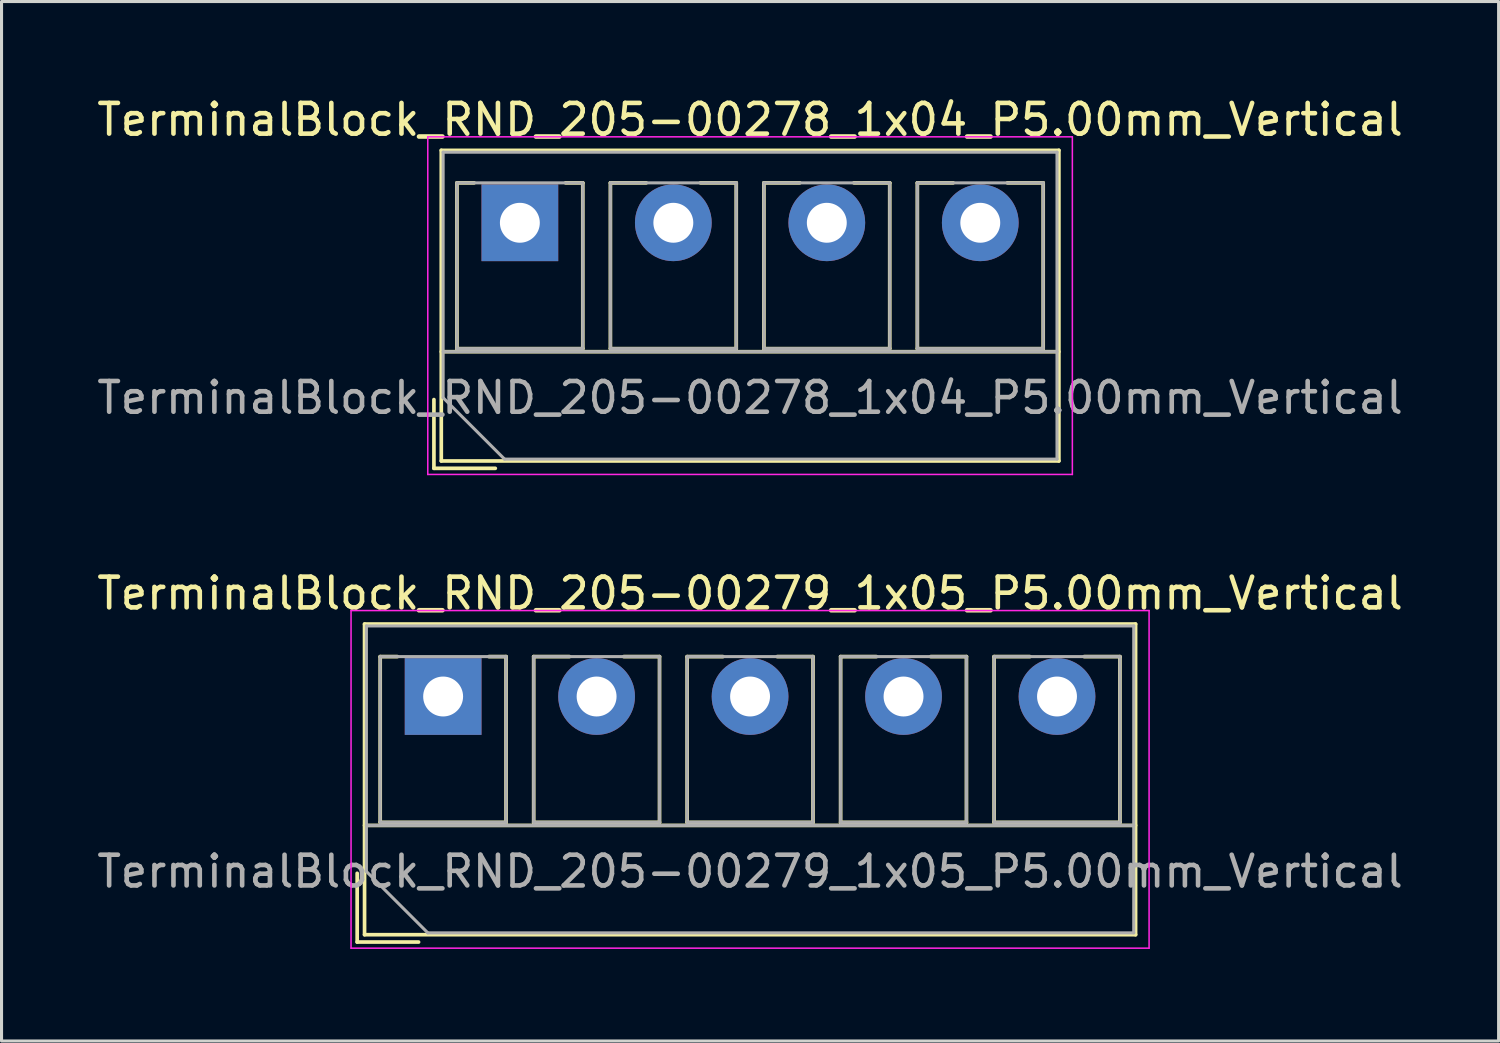
<source format=kicad_pcb>
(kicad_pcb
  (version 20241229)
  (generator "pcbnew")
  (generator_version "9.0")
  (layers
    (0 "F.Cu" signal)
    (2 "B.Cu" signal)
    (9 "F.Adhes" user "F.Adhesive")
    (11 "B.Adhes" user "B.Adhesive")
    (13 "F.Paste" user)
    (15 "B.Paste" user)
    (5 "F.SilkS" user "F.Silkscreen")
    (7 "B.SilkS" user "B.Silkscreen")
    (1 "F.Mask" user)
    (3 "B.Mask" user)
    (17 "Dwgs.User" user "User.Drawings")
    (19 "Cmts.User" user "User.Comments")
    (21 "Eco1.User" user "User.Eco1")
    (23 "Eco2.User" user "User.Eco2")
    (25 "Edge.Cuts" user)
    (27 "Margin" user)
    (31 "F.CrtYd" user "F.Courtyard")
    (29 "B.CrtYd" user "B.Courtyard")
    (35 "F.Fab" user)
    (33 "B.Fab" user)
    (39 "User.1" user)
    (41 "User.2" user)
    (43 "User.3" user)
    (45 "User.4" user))
  (footprint "TerminalBlock_RND_205-00278_1x04_P5.00mm_Vertical"
    (layer "F.Cu")
    (at 13.887 4.208)
    (property "Reference" "TerminalBlock_RND_205-00278_1x04_P5.00mm_Vertical" (at 7.5 -3.36 0) (layer "F.SilkS") (effects (font (size 1 1) (thickness 0.15))))
    (attr through_hole)
    (fp_line (start -2.8 5.76) (end -2.8 8) (stroke (width 0.12) (type solid)) (layer "F.SilkS"))
    (fp_line (start -2.8 8) (end -0.8 8) (stroke (width 0.12) (type solid)) (layer "F.SilkS"))
    (fp_line (start -2.56 -2.36) (end -2.56 7.76) (stroke (width 0.12) (type solid)) (layer "F.SilkS"))
    (fp_line (start -2.56 -2.36) (end 17.561 -2.36) (stroke (width 0.12) (type solid)) (layer "F.SilkS"))
    (fp_line (start -2.56 4.2) (end 17.561 4.2) (stroke (width 0.12) (type solid)) (layer "F.SilkS"))
    (fp_line (start -2.56 7.76) (end 17.561 7.76) (stroke (width 0.12) (type solid)) (layer "F.SilkS"))
    (fp_line (start -2.05 -1.3) (end -2.05 4.1) (stroke (width 0.12) (type solid)) (layer "F.SilkS"))
    (fp_line (start -2.05 -1.3) (end -1.49 -1.3) (stroke (width 0.12) (type solid)) (layer "F.SilkS"))
    (fp_line (start -2.05 4.1) (end 2.05 4.1) (stroke (width 0.12) (type solid)) (layer "F.SilkS"))
    (fp_line (start 1.49 -1.3) (end 2.05 -1.3) (stroke (width 0.12) (type solid)) (layer "F.SilkS"))
    (fp_line (start 2.05 -1.3) (end 2.05 4.1) (stroke (width 0.12) (type solid)) (layer "F.SilkS"))
    (fp_line (start 2.95 -1.3) (end 2.95 4.1) (stroke (width 0.12) (type solid)) (layer "F.SilkS"))
    (fp_line (start 2.95 -1.3) (end 4.117 -1.3) (stroke (width 0.12) (type solid)) (layer "F.SilkS"))
    (fp_line (start 2.95 4.1) (end 7.05 4.1) (stroke (width 0.12) (type solid)) (layer "F.SilkS"))
    (fp_line (start 5.884 -1.3) (end 7.05 -1.3) (stroke (width 0.12) (type solid)) (layer "F.SilkS"))
    (fp_line (start 7.05 -1.3) (end 7.05 4.1) (stroke (width 0.12) (type solid)) (layer "F.SilkS"))
    (fp_line (start 7.95 -1.3) (end 7.95 4.1) (stroke (width 0.12) (type solid)) (layer "F.SilkS"))
    (fp_line (start 7.95 -1.3) (end 9.117 -1.3) (stroke (width 0.12) (type solid)) (layer "F.SilkS"))
    (fp_line (start 7.95 4.1) (end 12.05 4.1) (stroke (width 0.12) (type solid)) (layer "F.SilkS"))
    (fp_line (start 10.884 -1.3) (end 12.05 -1.3) (stroke (width 0.12) (type solid)) (layer "F.SilkS"))
    (fp_line (start 12.05 -1.3) (end 12.05 4.1) (stroke (width 0.12) (type solid)) (layer "F.SilkS"))
    (fp_line (start 12.95 -1.3) (end 12.95 4.1) (stroke (width 0.12) (type solid)) (layer "F.SilkS"))
    (fp_line (start 12.95 -1.3) (end 14.117 -1.3) (stroke (width 0.12) (type solid)) (layer "F.SilkS"))
    (fp_line (start 12.95 4.1) (end 17.05 4.1) (stroke (width 0.12) (type solid)) (layer "F.SilkS"))
    (fp_line (start 15.884 -1.3) (end 17.05 -1.3) (stroke (width 0.12) (type solid)) (layer "F.SilkS"))
    (fp_line (start 17.05 -1.3) (end 17.05 4.1) (stroke (width 0.12) (type solid)) (layer "F.SilkS"))
    (fp_line (start 17.561 -2.36) (end 17.561 7.76) (stroke (width 0.12) (type solid)) (layer "F.SilkS"))
    (fp_line (start -3 -2.8) (end -3 8.2) (stroke (width 0.05) (type solid)) (layer "F.CrtYd"))
    (fp_line (start -3 8.2) (end 18 8.2) (stroke (width 0.05) (type solid)) (layer "F.CrtYd"))
    (fp_line (start 18 -2.8) (end -3 -2.8) (stroke (width 0.05) (type solid)) (layer "F.CrtYd"))
    (fp_line (start 18 8.2) (end 18 -2.8) (stroke (width 0.05) (type solid)) (layer "F.CrtYd"))
    (fp_line (start -2.5 -2.3) (end 17.5 -2.3) (stroke (width 0.1) (type solid)) (layer "F.Fab"))
    (fp_line (start -2.5 4.2) (end 17.5 4.2) (stroke (width 0.1) (type solid)) (layer "F.Fab"))
    (fp_line (start -2.5 5.7) (end -2.5 -2.3) (stroke (width 0.1) (type solid)) (layer "F.Fab"))
    (fp_line (start -2.05 -1.3) (end -2.05 4.1) (stroke (width 0.1) (type solid)) (layer "F.Fab"))
    (fp_line (start -2.05 4.1) (end 2.05 4.1) (stroke (width 0.1) (type solid)) (layer "F.Fab"))
    (fp_line (start -0.5 7.7) (end -2.5 5.7) (stroke (width 0.1) (type solid)) (layer "F.Fab"))
    (fp_line (start 2.05 -1.3) (end -2.05 -1.3) (stroke (width 0.1) (type solid)) (layer "F.Fab"))
    (fp_line (start 2.05 4.1) (end 2.05 -1.3) (stroke (width 0.1) (type solid)) (layer "F.Fab"))
    (fp_line (start 2.95 -1.3) (end 2.95 4.1) (stroke (width 0.1) (type solid)) (layer "F.Fab"))
    (fp_line (start 2.95 4.1) (end 7.05 4.1) (stroke (width 0.1) (type solid)) (layer "F.Fab"))
    (fp_line (start 7.05 -1.3) (end 2.95 -1.3) (stroke (width 0.1) (type solid)) (layer "F.Fab"))
    (fp_line (start 7.05 4.1) (end 7.05 -1.3) (stroke (width 0.1) (type solid)) (layer "F.Fab"))
    (fp_line (start 7.95 -1.3) (end 7.95 4.1) (stroke (width 0.1) (type solid)) (layer "F.Fab"))
    (fp_line (start 7.95 4.1) (end 12.05 4.1) (stroke (width 0.1) (type solid)) (layer "F.Fab"))
    (fp_line (start 12.05 -1.3) (end 7.95 -1.3) (stroke (width 0.1) (type solid)) (layer "F.Fab"))
    (fp_line (start 12.05 4.1) (end 12.05 -1.3) (stroke (width 0.1) (type solid)) (layer "F.Fab"))
    (fp_line (start 12.95 -1.3) (end 12.95 4.1) (stroke (width 0.1) (type solid)) (layer "F.Fab"))
    (fp_line (start 12.95 4.1) (end 17.05 4.1) (stroke (width 0.1) (type solid)) (layer "F.Fab"))
    (fp_line (start 17.05 -1.3) (end 12.95 -1.3) (stroke (width 0.1) (type solid)) (layer "F.Fab"))
    (fp_line (start 17.05 4.1) (end 17.05 -1.3) (stroke (width 0.1) (type solid)) (layer "F.Fab"))
    (fp_line (start 17.5 -2.3) (end 17.5 7.7) (stroke (width 0.1) (type solid)) (layer "F.Fab"))
    (fp_line (start 17.5 7.7) (end -0.5 7.7) (stroke (width 0.1) (type solid)) (layer "F.Fab"))
    (fp_text user "${REFERENCE}" (at 7.5 5.7 0) (layer "F.Fab") (effects (font (size 1 1) (thickness 0.15))))
    (pad "1" thru_hole rect (at 0 0) (size 2.5 2.5) (drill 1.3) (layers "*.Cu" "*.Mask"))
    (pad "2" thru_hole circle (at 5 0) (size 2.5 2.5) (drill 1.3) (layers "*.Cu" "*.Mask"))
    (pad "3" thru_hole circle (at 10 0) (size 2.5 2.5) (drill 1.3) (layers "*.Cu" "*.Mask"))
    (pad "4" thru_hole circle (at 15 0) (size 2.5 2.5) (drill 1.3) (layers "*.Cu" "*.Mask")))
  (footprint "TerminalBlock_RND_205-00279_1x05_P5.00mm_Vertical"
    (layer "F.Cu")
    (at 11.387 19.642)
    (property "Reference" "TerminalBlock_RND_205-00279_1x05_P5.00mm_Vertical" (at 10 -3.36 0) (layer "F.SilkS") (effects (font (size 1 1) (thickness 0.15))))
    (attr through_hole)
    (fp_line (start -2.8 5.76) (end -2.8 8) (stroke (width 0.12) (type solid)) (layer "F.SilkS"))
    (fp_line (start -2.8 8) (end -0.8 8) (stroke (width 0.12) (type solid)) (layer "F.SilkS"))
    (fp_line (start -2.56 -2.36) (end -2.56 7.76) (stroke (width 0.12) (type solid)) (layer "F.SilkS"))
    (fp_line (start -2.56 -2.36) (end 22.56 -2.36) (stroke (width 0.12) (type solid)) (layer "F.SilkS"))
    (fp_line (start -2.56 4.2) (end 22.56 4.2) (stroke (width 0.12) (type solid)) (layer "F.SilkS"))
    (fp_line (start -2.56 7.76) (end 22.56 7.76) (stroke (width 0.12) (type solid)) (layer "F.SilkS"))
    (fp_line (start -2.05 -1.3) (end -2.05 4.1) (stroke (width 0.12) (type solid)) (layer "F.SilkS"))
    (fp_line (start -2.05 -1.3) (end -1.49 -1.3) (stroke (width 0.12) (type solid)) (layer "F.SilkS"))
    (fp_line (start -2.05 4.1) (end 2.05 4.1) (stroke (width 0.12) (type solid)) (layer "F.SilkS"))
    (fp_line (start 1.49 -1.3) (end 2.05 -1.3) (stroke (width 0.12) (type solid)) (layer "F.SilkS"))
    (fp_line (start 2.05 -1.3) (end 2.05 4.1) (stroke (width 0.12) (type solid)) (layer "F.SilkS"))
    (fp_line (start 2.95 -1.3) (end 2.95 4.1) (stroke (width 0.12) (type solid)) (layer "F.SilkS"))
    (fp_line (start 2.95 -1.3) (end 4.117 -1.3) (stroke (width 0.12) (type solid)) (layer "F.SilkS"))
    (fp_line (start 2.95 4.1) (end 7.05 4.1) (stroke (width 0.12) (type solid)) (layer "F.SilkS"))
    (fp_line (start 5.884 -1.3) (end 7.05 -1.3) (stroke (width 0.12) (type solid)) (layer "F.SilkS"))
    (fp_line (start 7.05 -1.3) (end 7.05 4.1) (stroke (width 0.12) (type solid)) (layer "F.SilkS"))
    (fp_line (start 7.95 -1.3) (end 7.95 4.1) (stroke (width 0.12) (type solid)) (layer "F.SilkS"))
    (fp_line (start 7.95 -1.3) (end 9.117 -1.3) (stroke (width 0.12) (type solid)) (layer "F.SilkS"))
    (fp_line (start 7.95 4.1) (end 12.05 4.1) (stroke (width 0.12) (type solid)) (layer "F.SilkS"))
    (fp_line (start 10.884 -1.3) (end 12.05 -1.3) (stroke (width 0.12) (type solid)) (layer "F.SilkS"))
    (fp_line (start 12.05 -1.3) (end 12.05 4.1) (stroke (width 0.12) (type solid)) (layer "F.SilkS"))
    (fp_line (start 12.95 -1.3) (end 12.95 4.1) (stroke (width 0.12) (type solid)) (layer "F.SilkS"))
    (fp_line (start 12.95 -1.3) (end 14.117 -1.3) (stroke (width 0.12) (type solid)) (layer "F.SilkS"))
    (fp_line (start 12.95 4.1) (end 17.05 4.1) (stroke (width 0.12) (type solid)) (layer "F.SilkS"))
    (fp_line (start 15.884 -1.3) (end 17.05 -1.3) (stroke (width 0.12) (type solid)) (layer "F.SilkS"))
    (fp_line (start 17.05 -1.3) (end 17.05 4.1) (stroke (width 0.12) (type solid)) (layer "F.SilkS"))
    (fp_line (start 17.95 -1.3) (end 17.95 4.1) (stroke (width 0.12) (type solid)) (layer "F.SilkS"))
    (fp_line (start 17.95 -1.3) (end 19.117 -1.3) (stroke (width 0.12) (type solid)) (layer "F.SilkS"))
    (fp_line (start 17.95 4.1) (end 22.05 4.1) (stroke (width 0.12) (type solid)) (layer "F.SilkS"))
    (fp_line (start 20.884 -1.3) (end 22.05 -1.3) (stroke (width 0.12) (type solid)) (layer "F.SilkS"))
    (fp_line (start 22.05 -1.3) (end 22.05 4.1) (stroke (width 0.12) (type solid)) (layer "F.SilkS"))
    (fp_line (start 22.56 -2.36) (end 22.56 7.76) (stroke (width 0.12) (type solid)) (layer "F.SilkS"))
    (fp_line (start -3 -2.8) (end -3 8.2) (stroke (width 0.05) (type solid)) (layer "F.CrtYd"))
    (fp_line (start -3 8.2) (end 23 8.2) (stroke (width 0.05) (type solid)) (layer "F.CrtYd"))
    (fp_line (start 23 -2.8) (end -3 -2.8) (stroke (width 0.05) (type solid)) (layer "F.CrtYd"))
    (fp_line (start 23 8.2) (end 23 -2.8) (stroke (width 0.05) (type solid)) (layer "F.CrtYd"))
    (fp_line (start -2.5 -2.3) (end 22.5 -2.3) (stroke (width 0.1) (type solid)) (layer "F.Fab"))
    (fp_line (start -2.5 4.2) (end 22.5 4.2) (stroke (width 0.1) (type solid)) (layer "F.Fab"))
    (fp_line (start -2.5 5.7) (end -2.5 -2.3) (stroke (width 0.1) (type solid)) (layer "F.Fab"))
    (fp_line (start -2.05 -1.3) (end -2.05 4.1) (stroke (width 0.1) (type solid)) (layer "F.Fab"))
    (fp_line (start -2.05 4.1) (end 2.05 4.1) (stroke (width 0.1) (type solid)) (layer "F.Fab"))
    (fp_line (start -0.5 7.7) (end -2.5 5.7) (stroke (width 0.1) (type solid)) (layer "F.Fab"))
    (fp_line (start 2.05 -1.3) (end -2.05 -1.3) (stroke (width 0.1) (type solid)) (layer "F.Fab"))
    (fp_line (start 2.05 4.1) (end 2.05 -1.3) (stroke (width 0.1) (type solid)) (layer "F.Fab"))
    (fp_line (start 2.95 -1.3) (end 2.95 4.1) (stroke (width 0.1) (type solid)) (layer "F.Fab"))
    (fp_line (start 2.95 4.1) (end 7.05 4.1) (stroke (width 0.1) (type solid)) (layer "F.Fab"))
    (fp_line (start 7.05 -1.3) (end 2.95 -1.3) (stroke (width 0.1) (type solid)) (layer "F.Fab"))
    (fp_line (start 7.05 4.1) (end 7.05 -1.3) (stroke (width 0.1) (type solid)) (layer "F.Fab"))
    (fp_line (start 7.95 -1.3) (end 7.95 4.1) (stroke (width 0.1) (type solid)) (layer "F.Fab"))
    (fp_line (start 7.95 4.1) (end 12.05 4.1) (stroke (width 0.1) (type solid)) (layer "F.Fab"))
    (fp_line (start 12.05 -1.3) (end 7.95 -1.3) (stroke (width 0.1) (type solid)) (layer "F.Fab"))
    (fp_line (start 12.05 4.1) (end 12.05 -1.3) (stroke (width 0.1) (type solid)) (layer "F.Fab"))
    (fp_line (start 12.95 -1.3) (end 12.95 4.1) (stroke (width 0.1) (type solid)) (layer "F.Fab"))
    (fp_line (start 12.95 4.1) (end 17.05 4.1) (stroke (width 0.1) (type solid)) (layer "F.Fab"))
    (fp_line (start 17.05 -1.3) (end 12.95 -1.3) (stroke (width 0.1) (type solid)) (layer "F.Fab"))
    (fp_line (start 17.05 4.1) (end 17.05 -1.3) (stroke (width 0.1) (type solid)) (layer "F.Fab"))
    (fp_line (start 17.95 -1.3) (end 17.95 4.1) (stroke (width 0.1) (type solid)) (layer "F.Fab"))
    (fp_line (start 17.95 4.1) (end 22.05 4.1) (stroke (width 0.1) (type solid)) (layer "F.Fab"))
    (fp_line (start 22.05 -1.3) (end 17.95 -1.3) (stroke (width 0.1) (type solid)) (layer "F.Fab"))
    (fp_line (start 22.05 4.1) (end 22.05 -1.3) (stroke (width 0.1) (type solid)) (layer "F.Fab"))
    (fp_line (start 22.5 -2.3) (end 22.5 7.7) (stroke (width 0.1) (type solid)) (layer "F.Fab"))
    (fp_line (start 22.5 7.7) (end -0.5 7.7) (stroke (width 0.1) (type solid)) (layer "F.Fab"))
    (fp_text user "${REFERENCE}" (at 10 5.7 0) (layer "F.Fab") (effects (font (size 1 1) (thickness 0.15))))
    (pad "1" thru_hole rect (at 0 0) (size 2.5 2.5) (drill 1.3) (layers "*.Cu" "*.Mask"))
    (pad "2" thru_hole circle (at 5 0) (size 2.5 2.5) (drill 1.3) (layers "*.Cu" "*.Mask"))
    (pad "3" thru_hole circle (at 10 0) (size 2.5 2.5) (drill 1.3) (layers "*.Cu" "*.Mask"))
    (pad "4" thru_hole circle (at 15 0) (size 2.5 2.5) (drill 1.3) (layers "*.Cu" "*.Mask"))
    (pad "5" thru_hole circle (at 20 0) (size 2.5 2.5) (drill 1.3) (layers "*.Cu" "*.Mask")))
  (gr_rect
    (start -3 -3)
    (end 45.774 30.866)
    (stroke (width 0.1) (type default))
    (fill no)
    (layer "Edge.Cuts")))
</source>
